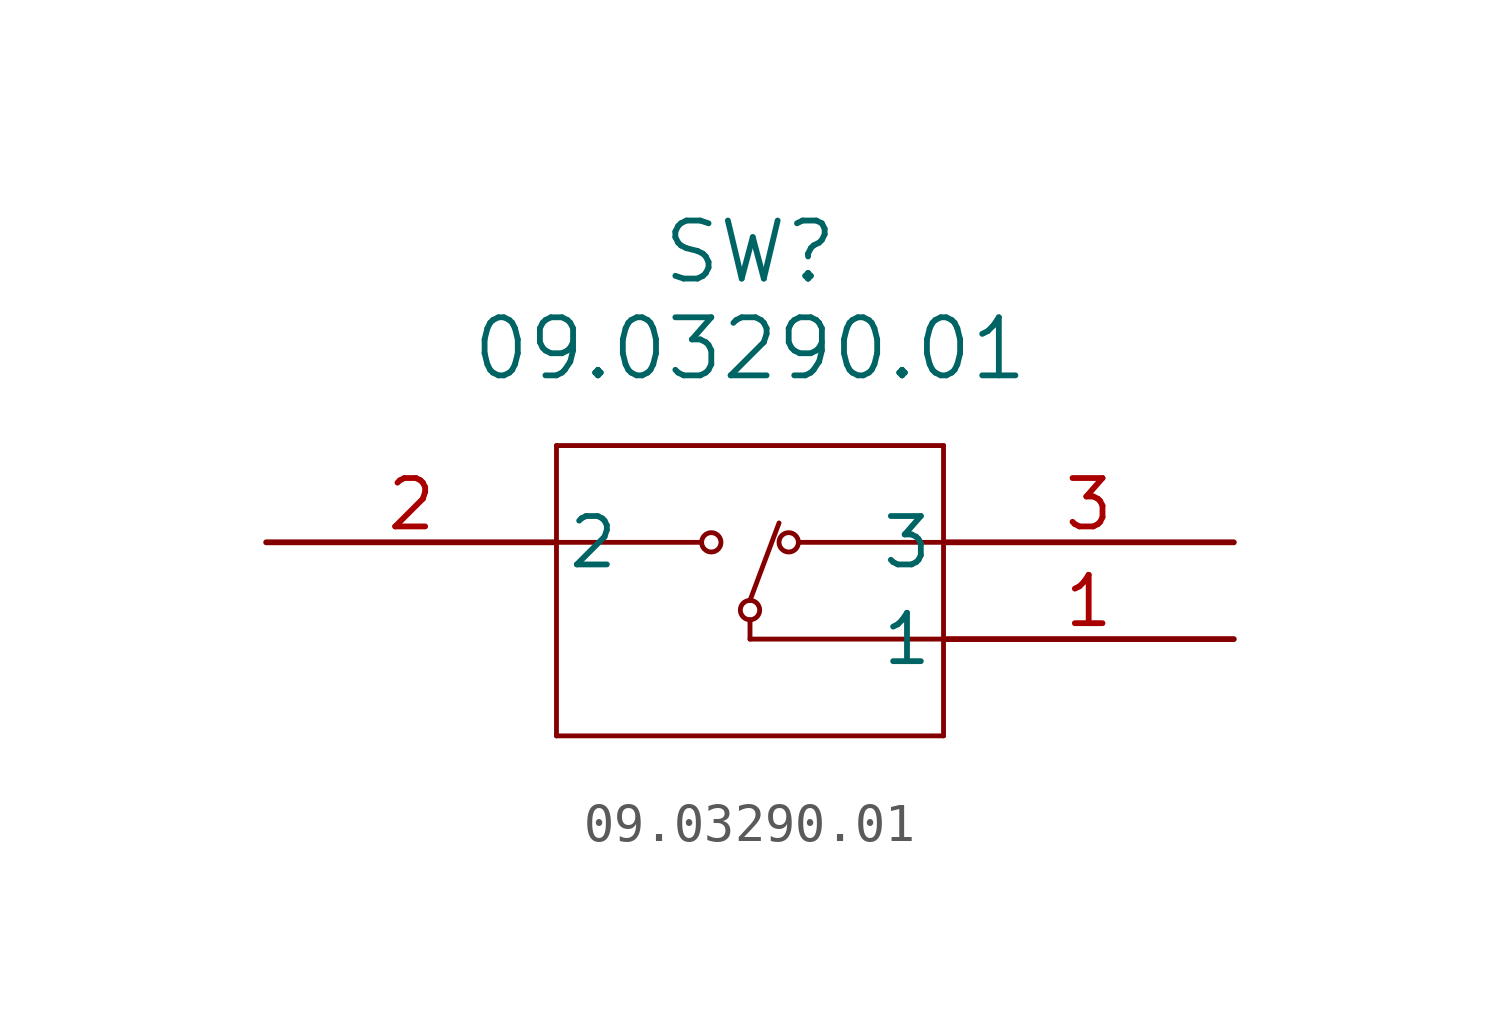
<source format=kicad_sym>
(kicad_symbol_lib
  (version 20211014)
  (generator kicad_symbol_editor)
  (symbol "09.03290.01"
    (pin_names
      (offset 0.254))
    (property "Reference" "SW"
      (at 12.7 7.62 0)
      (effects (font (size 1.524 1.524))))
    (property "Value" "09.03290.01"
      (at 12.7 5.08 0)
      (effects (font (size 1.524 1.524))))
    (symbol "09.03290.01_0_1"
      (polyline (pts (xy 7.62 2.54) (xy 7.62 -5.08)) (stroke (width 0.127) (type default) (color 0 0 0 0)) (fill (type none)))
      (polyline (pts (xy 7.62 -5.08) (xy 17.78 -5.08)) (stroke (width 0.127) (type default) (color 0 0 0 0)) (fill (type none)))
      (polyline (pts (xy 17.78 -5.08) (xy 17.78 2.54)) (stroke (width 0.127) (type default) (color 0 0 0 0)) (fill (type none)))
      (polyline (pts (xy 17.78 2.54) (xy 7.62 2.54)) (stroke (width 0.127) (type default) (color 0 0 0 0)) (fill (type none)))
      (polyline (pts (xy 7.62 0) (xy 11.43 0)) (stroke (width 0.127) (type default) (color 0 0 0 0)) (fill (type none)))
      (polyline (pts (xy 17.78 0) (xy 13.97 0)) (stroke (width 0.127) (type default) (color 0 0 0 0)) (fill (type none)))
      (polyline (pts (xy 17.78 -2.54) (xy 12.7 -2.54)) (stroke (width 0.127) (type default) (color 0 0 0 0)) (fill (type none)))
      (polyline (pts (xy 12.7 -2.032) (xy 12.7 -2.54)) (stroke (width 0.127) (type default) (color 0 0 0 0)) (fill (type none)))
      (circle (center 12.7 -1.778) (radius 0.254) (stroke (width 0.127) (type default) (color 0 0 0 0)) (fill (type none)))
      (polyline (pts (xy 12.7 -1.524) (xy 13.462 0.508)) (stroke (width 0.127) (type default) (color 0 0 0 0)) (fill (type none)))
      (circle (center 11.684 0) (radius 0.254) (stroke (width 0.127) (type default) (color 0 0 0 0)) (fill (type none)))
      (circle (center 13.716 0) (radius 0.254) (stroke (width 0.127) (type default) (color 0 0 0 0)) (fill (type none)))
      (pin unspecified line (at 25.4 -2.54 180) (length 7.62) (name "1" (effects (font (size 1.27 1.27)))) (number "1" (effects (font (size 1.27 1.27)))))
      (pin unspecified line (at 0 0 0) (length 7.62) (name "2" (effects (font (size 1.27 1.27)))) (number "2" (effects (font (size 1.27 1.27)))))
      (pin unspecified line (at 25.4 0 180) (length 7.62) (name "3" (effects (font (size 1.27 1.27)))) (number "3" (effects (font (size 1.27 1.27))))))))
</source>
